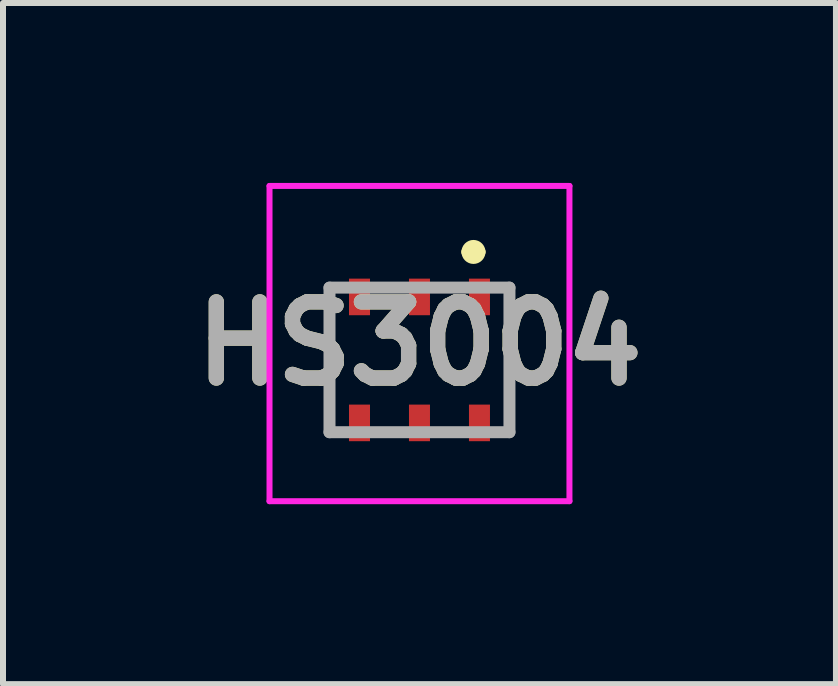
<source format=kicad_pcb>
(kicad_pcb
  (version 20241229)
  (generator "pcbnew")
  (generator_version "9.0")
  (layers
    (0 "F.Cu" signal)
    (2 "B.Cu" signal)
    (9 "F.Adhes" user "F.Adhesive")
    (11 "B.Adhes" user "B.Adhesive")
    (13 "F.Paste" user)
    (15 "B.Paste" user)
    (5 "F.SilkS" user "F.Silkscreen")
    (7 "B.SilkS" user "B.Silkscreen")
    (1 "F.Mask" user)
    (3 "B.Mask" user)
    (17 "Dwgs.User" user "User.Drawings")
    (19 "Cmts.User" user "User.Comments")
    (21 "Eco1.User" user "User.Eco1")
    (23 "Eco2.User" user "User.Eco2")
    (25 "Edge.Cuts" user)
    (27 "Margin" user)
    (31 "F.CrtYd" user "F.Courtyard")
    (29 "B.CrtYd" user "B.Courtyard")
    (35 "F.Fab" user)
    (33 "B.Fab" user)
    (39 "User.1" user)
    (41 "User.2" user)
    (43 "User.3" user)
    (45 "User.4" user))
  (footprint "HS3004"
    (layer "F.Cu")
    (at 3.943 2.95)
    (property "Reference" "HS3004" (at 0 -0.272 0) (layer "F.SilkS") (effects (font (size 1.27 1.27) (thickness 0.254))))
    (attr smd)
    (fp_line (start -1.5 -0.6) (end -1.5 0.8) (stroke (width 0.1) (type solid)) (layer "F.SilkS"))
    (fp_line (start 0.8 -1.8) (end 0.8 -1.8) (stroke (width 0.2) (type solid)) (layer "F.SilkS"))
    (fp_line (start 1 -1.8) (end 1 -1.8) (stroke (width 0.2) (type solid)) (layer "F.SilkS"))
    (fp_line (start 1.5 -0.6) (end 1.5 0.6) (stroke (width 0.1) (type solid)) (layer "F.SilkS"))
    (fp_arc (start 0.8 -1.8) (mid 0.9 -1.9) (end 1 -1.8) (stroke (width 0.2) (type solid)) (layer "F.SilkS"))
    (fp_arc (start 1 -1.8) (mid 0.9 -1.7) (end 0.8 -1.8) (stroke (width 0.2) (type solid)) (layer "F.SilkS"))
    (fp_line (start -2.5 -2.9) (end 2.5 -2.9) (stroke (width 0.1) (type solid)) (layer "F.CrtYd"))
    (fp_line (start -2.5 2.355) (end -2.5 -2.9) (stroke (width 0.1) (type solid)) (layer "F.CrtYd"))
    (fp_line (start 2.5 -2.9) (end 2.5 2.355) (stroke (width 0.1) (type solid)) (layer "F.CrtYd"))
    (fp_line (start 2.5 2.355) (end -2.5 2.355) (stroke (width 0.1) (type solid)) (layer "F.CrtYd"))
    (fp_line (start -1.5 -1.205) (end 1.5 -1.205) (stroke (width 0.2) (type solid)) (layer "F.Fab"))
    (fp_line (start -1.5 1.205) (end -1.5 -1.205) (stroke (width 0.2) (type solid)) (layer "F.Fab"))
    (fp_line (start 1.5 -1.205) (end 1.5 1.205) (stroke (width 0.2) (type solid)) (layer "F.Fab"))
    (fp_line (start 1.5 1.205) (end -1.5 1.205) (stroke (width 0.2) (type solid)) (layer "F.Fab"))
    (fp_text user "${REFERENCE}" (at 0 -0.272 0) (layer "F.Fab") (effects (font (size 1.27 1.27) (thickness 0.254))))
    (pad "1" smd rect (at 1 -1.05) (size 0.35 0.61) (layers "F.Cu" "F.Mask" "F.Paste"))
    (pad "2" smd rect (at 0 -1.05) (size 0.35 0.61) (layers "F.Cu" "F.Mask" "F.Paste"))
    (pad "3" smd rect (at -1 -1.05) (size 0.35 0.61) (layers "F.Cu" "F.Mask" "F.Paste"))
    (pad "4" smd rect (at -1 1.05) (size 0.35 0.61) (layers "F.Cu" "F.Mask" "F.Paste"))
    (pad "5" smd rect (at 0 1.05) (size 0.35 0.61) (layers "F.Cu" "F.Mask" "F.Paste"))
    (pad "6" smd rect (at 1 1.05) (size 0.35 0.61) (layers "F.Cu" "F.Mask" "F.Paste")))
  (gr_rect
    (start -3 -3)
    (end 10.886 8.355)
    (stroke (width 0.1) (type default))
    (fill no)
    (layer "Edge.Cuts")))
</source>
